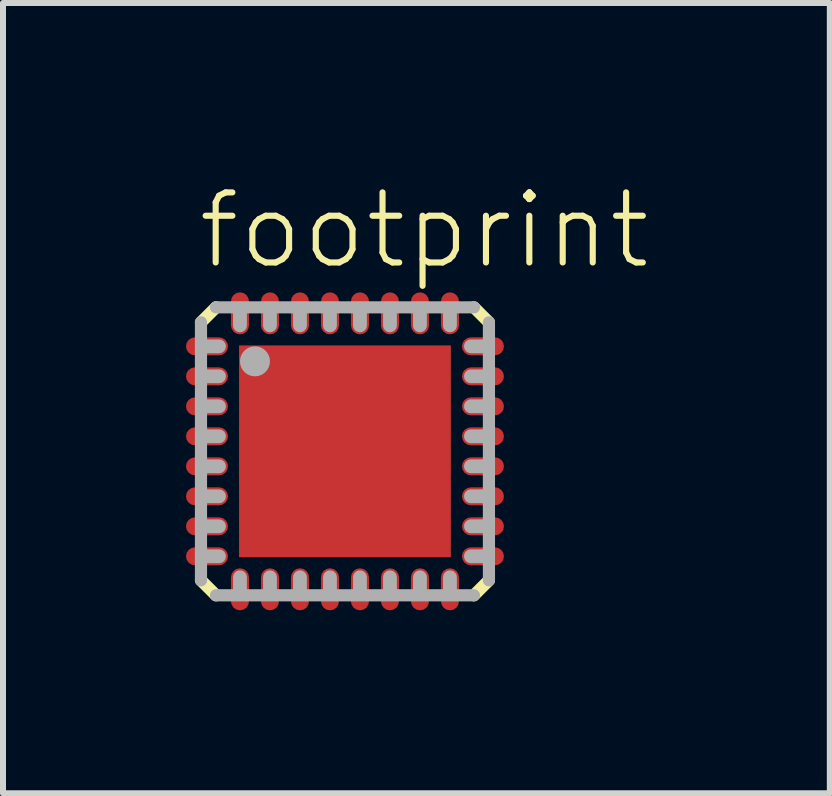
<source format=kicad_pcb>
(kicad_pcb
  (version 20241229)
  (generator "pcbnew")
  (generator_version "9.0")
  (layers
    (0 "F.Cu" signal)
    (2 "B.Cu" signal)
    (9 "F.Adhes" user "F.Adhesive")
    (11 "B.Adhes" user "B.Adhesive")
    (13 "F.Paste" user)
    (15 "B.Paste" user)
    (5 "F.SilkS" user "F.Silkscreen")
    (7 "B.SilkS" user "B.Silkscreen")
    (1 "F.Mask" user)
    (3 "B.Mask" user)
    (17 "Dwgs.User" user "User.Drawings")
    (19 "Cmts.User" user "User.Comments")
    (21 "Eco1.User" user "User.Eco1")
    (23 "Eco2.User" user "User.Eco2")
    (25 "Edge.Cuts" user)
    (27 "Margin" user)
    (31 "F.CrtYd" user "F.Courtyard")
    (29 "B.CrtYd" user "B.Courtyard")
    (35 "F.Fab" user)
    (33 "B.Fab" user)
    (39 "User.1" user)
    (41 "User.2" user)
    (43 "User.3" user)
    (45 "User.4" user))
  (footprint "footprint"
    (layer "F.Cu")
    (at 2.7 4.473)
    (property "Reference" "footprint" (at -2.5 -3 0) (layer "F.SilkS") (effects (font (size 1.168 1.168) (thickness 0.102)) (justify left bottom)))
    (fp_line (start -2.1 -1.75) (end -2.5 -1.75) (stroke (width 0.4) (type solid)) (layer "F.Mask"))
    (fp_line (start -2.1 -1.25) (end -2.5 -1.25) (stroke (width 0.4) (type solid)) (layer "F.Mask"))
    (fp_line (start -2.1 -0.75) (end -2.5 -0.75) (stroke (width 0.4) (type solid)) (layer "F.Mask"))
    (fp_line (start -2.1 -0.25) (end -2.5 -0.25) (stroke (width 0.4) (type solid)) (layer "F.Mask"))
    (fp_line (start -2.1 0.25) (end -2.5 0.25) (stroke (width 0.4) (type solid)) (layer "F.Mask"))
    (fp_line (start -2.1 0.75) (end -2.5 0.75) (stroke (width 0.4) (type solid)) (layer "F.Mask"))
    (fp_line (start -2.1 1.25) (end -2.5 1.25) (stroke (width 0.4) (type solid)) (layer "F.Mask"))
    (fp_line (start -2.1 1.75) (end -2.5 1.75) (stroke (width 0.4) (type solid)) (layer "F.Mask"))
    (fp_line (start -1.75 -2.1) (end -1.75 -2.5) (stroke (width 0.4) (type solid)) (layer "F.Mask"))
    (fp_line (start -1.75 2.1) (end -1.75 2.5) (stroke (width 0.4) (type solid)) (layer "F.Mask"))
    (fp_line (start -1.25 -2.1) (end -1.25 -2.5) (stroke (width 0.4) (type solid)) (layer "F.Mask"))
    (fp_line (start -1.25 2.1) (end -1.25 2.5) (stroke (width 0.4) (type solid)) (layer "F.Mask"))
    (fp_line (start -0.75 -2.1) (end -0.75 -2.5) (stroke (width 0.4) (type solid)) (layer "F.Mask"))
    (fp_line (start -0.75 2.1) (end -0.75 2.5) (stroke (width 0.4) (type solid)) (layer "F.Mask"))
    (fp_line (start -0.25 -2.1) (end -0.25 -2.5) (stroke (width 0.4) (type solid)) (layer "F.Mask"))
    (fp_line (start -0.25 2.1) (end -0.25 2.5) (stroke (width 0.4) (type solid)) (layer "F.Mask"))
    (fp_line (start 0.25 -2.1) (end 0.25 -2.5) (stroke (width 0.4) (type solid)) (layer "F.Mask"))
    (fp_line (start 0.25 2.1) (end 0.25 2.5) (stroke (width 0.4) (type solid)) (layer "F.Mask"))
    (fp_line (start 0.75 -2.1) (end 0.75 -2.5) (stroke (width 0.4) (type solid)) (layer "F.Mask"))
    (fp_line (start 0.75 2.1) (end 0.75 2.5) (stroke (width 0.4) (type solid)) (layer "F.Mask"))
    (fp_line (start 1.25 -2.1) (end 1.25 -2.5) (stroke (width 0.4) (type solid)) (layer "F.Mask"))
    (fp_line (start 1.25 2.1) (end 1.25 2.5) (stroke (width 0.4) (type solid)) (layer "F.Mask"))
    (fp_line (start 1.75 -2.1) (end 1.75 -2.5) (stroke (width 0.4) (type solid)) (layer "F.Mask"))
    (fp_line (start 1.75 2.1) (end 1.75 2.5) (stroke (width 0.4) (type solid)) (layer "F.Mask"))
    (fp_line (start 2.1 -1.75) (end 2.5 -1.75) (stroke (width 0.4) (type solid)) (layer "F.Mask"))
    (fp_line (start 2.1 -1.25) (end 2.5 -1.25) (stroke (width 0.4) (type solid)) (layer "F.Mask"))
    (fp_line (start 2.1 -0.75) (end 2.5 -0.75) (stroke (width 0.4) (type solid)) (layer "F.Mask"))
    (fp_line (start 2.1 -0.25) (end 2.5 -0.25) (stroke (width 0.4) (type solid)) (layer "F.Mask"))
    (fp_line (start 2.1 0.25) (end 2.5 0.25) (stroke (width 0.4) (type solid)) (layer "F.Mask"))
    (fp_line (start 2.1 0.75) (end 2.5 0.75) (stroke (width 0.4) (type solid)) (layer "F.Mask"))
    (fp_line (start 2.1 1.25) (end 2.5 1.25) (stroke (width 0.4) (type solid)) (layer "F.Mask"))
    (fp_line (start 2.1 1.75) (end 2.5 1.75) (stroke (width 0.4) (type solid)) (layer "F.Mask"))
    (fp_poly (pts (xy -1.1 1.8) (xy 1.1 1.8) (xy 1.1 -1.8) (xy -1.1 -1.8)) (stroke (width 0) (type solid)) (fill yes) (layer "F.Mask"))
    (fp_line (start -2.4 -2.15) (end -2.15 -2.4) (stroke (width 0.203) (type solid)) (layer "F.SilkS"))
    (fp_line (start -2.15 2.4) (end -2.4 2.15) (stroke (width 0.203) (type solid)) (layer "F.SilkS"))
    (fp_line (start 2.15 -2.4) (end 2.4 -2.15) (stroke (width 0.203) (type solid)) (layer "F.SilkS"))
    (fp_line (start 2.4 2.15) (end 2.15 2.4) (stroke (width 0.203) (type solid)) (layer "F.SilkS"))
    (fp_line (start -2.1 -1.75) (end -2.5 -1.75) (stroke (width 0.25) (type solid)) (layer "F.Paste"))
    (fp_line (start -2.1 -1.25) (end -2.5 -1.25) (stroke (width 0.25) (type solid)) (layer "F.Paste"))
    (fp_line (start -2.1 -0.75) (end -2.5 -0.75) (stroke (width 0.25) (type solid)) (layer "F.Paste"))
    (fp_line (start -2.1 -0.25) (end -2.5 -0.25) (stroke (width 0.25) (type solid)) (layer "F.Paste"))
    (fp_line (start -2.1 0.25) (end -2.5 0.25) (stroke (width 0.25) (type solid)) (layer "F.Paste"))
    (fp_line (start -2.1 0.75) (end -2.5 0.75) (stroke (width 0.25) (type solid)) (layer "F.Paste"))
    (fp_line (start -2.1 1.25) (end -2.5 1.25) (stroke (width 0.25) (type solid)) (layer "F.Paste"))
    (fp_line (start -2.1 1.75) (end -2.5 1.75) (stroke (width 0.25) (type solid)) (layer "F.Paste"))
    (fp_line (start -1.75 -2.1) (end -1.75 -2.5) (stroke (width 0.25) (type solid)) (layer "F.Paste"))
    (fp_line (start -1.75 2.1) (end -1.75 2.5) (stroke (width 0.25) (type solid)) (layer "F.Paste"))
    (fp_line (start -1.25 -2.1) (end -1.25 -2.5) (stroke (width 0.25) (type solid)) (layer "F.Paste"))
    (fp_line (start -1.25 2.1) (end -1.25 2.5) (stroke (width 0.25) (type solid)) (layer "F.Paste"))
    (fp_line (start -1 -1.7) (end -0.7 -1.7) (stroke (width 0.1) (type solid)) (layer "F.Paste"))
    (fp_line (start -1 -1.4) (end -1 -1.7) (stroke (width 0.1) (type solid)) (layer "F.Paste"))
    (fp_line (start -1 -0.9) (end -1 -1.1) (stroke (width 0.1) (type solid)) (layer "F.Paste"))
    (fp_line (start -1 -0.9) (end -1 -0.55) (stroke (width 0.1) (type solid)) (layer "F.Paste"))
    (fp_line (start -1 -0.25) (end -1 0.25) (stroke (width 0.1) (type solid)) (layer "F.Paste"))
    (fp_line (start -1 0.6) (end -1 1.3) (stroke (width 0.1) (type solid)) (layer "F.Paste"))
    (fp_line (start -1 1.7) (end -1 1.3) (stroke (width 0.1) (type solid)) (layer "F.Paste"))
    (fp_line (start -0.975 -1.075) (end -0.95 -1.1) (stroke (width 0.1) (type solid)) (layer "F.Paste"))
    (fp_line (start -0.95 1.55) (end -0.95 1.65) (stroke (width 0.1) (type solid)) (layer "F.Paste"))
    (fp_line (start -0.925 -1.4) (end -0.9 -1.65) (stroke (width 0.1) (type solid)) (layer "F.Paste"))
    (fp_line (start -0.85 1.65) (end -0.95 1.55) (stroke (width 0.1) (type solid)) (layer "F.Paste"))
    (fp_line (start -0.8 -0.85) (end -0.8 1.25) (stroke (width 0.1) (type solid)) (layer "F.Paste"))
    (fp_line (start -0.75 -2.1) (end -0.75 -2.5) (stroke (width 0.25) (type solid)) (layer "F.Paste"))
    (fp_line (start -0.75 2.1) (end -0.75 2.5) (stroke (width 0.25) (type solid)) (layer "F.Paste"))
    (fp_line (start -0.55 1.5) (end 0.55 1.5) (stroke (width 0.1) (type solid)) (layer "F.Paste"))
    (fp_line (start -0.55 1.7) (end -1 1.7) (stroke (width 0.1) (type solid)) (layer "F.Paste"))
    (fp_line (start -0.25 -2.1) (end -0.25 -2.5) (stroke (width 0.25) (type solid)) (layer "F.Paste"))
    (fp_line (start -0.25 1.7) (end -0.55 1.7) (stroke (width 0.1) (type solid)) (layer "F.Paste"))
    (fp_line (start -0.25 2.1) (end -0.25 2.5) (stroke (width 0.25) (type solid)) (layer "F.Paste"))
    (fp_line (start -0.15 -1.7) (end -0.7 -1.7) (stroke (width 0.1) (type solid)) (layer "F.Paste"))
    (fp_line (start 0.25 -2.1) (end 0.25 -2.5) (stroke (width 0.25) (type solid)) (layer "F.Paste"))
    (fp_line (start 0.25 -1.7) (end 0.55 -1.7) (stroke (width 0.1) (type solid)) (layer "F.Paste"))
    (fp_line (start 0.25 1.7) (end 0.55 1.7) (stroke (width 0.1) (type solid)) (layer "F.Paste"))
    (fp_line (start 0.25 2.1) (end 0.25 2.5) (stroke (width 0.25) (type solid)) (layer "F.Paste"))
    (fp_line (start 0.55 -1.7) (end 1 -1.7) (stroke (width 0.1) (type solid)) (layer "F.Paste"))
    (fp_line (start 0.55 -1.5) (end -0.5 -1.5) (stroke (width 0.1) (type solid)) (layer "F.Paste"))
    (fp_line (start 0.55 1.7) (end 1 1.7) (stroke (width 0.1) (type solid)) (layer "F.Paste"))
    (fp_line (start 0.75 -2.1) (end 0.75 -2.5) (stroke (width 0.25) (type solid)) (layer "F.Paste"))
    (fp_line (start 0.75 2.1) (end 0.75 2.5) (stroke (width 0.25) (type solid)) (layer "F.Paste"))
    (fp_line (start 0.8 1.25) (end 0.8 -1.25) (stroke (width 0.1) (type solid)) (layer "F.Paste"))
    (fp_line (start 0.85 -1.65) (end 0.95 -1.55) (stroke (width 0.1) (type solid)) (layer "F.Paste"))
    (fp_line (start 0.85 1.65) (end 0.95 1.55) (stroke (width 0.1) (type solid)) (layer "F.Paste"))
    (fp_line (start 0.95 -1.55) (end 0.95 -1.65) (stroke (width 0.1) (type solid)) (layer "F.Paste"))
    (fp_line (start 0.95 1.55) (end 0.95 1.65) (stroke (width 0.1) (type solid)) (layer "F.Paste"))
    (fp_line (start 1 -1.7) (end 1 -1.3) (stroke (width 0.1) (type solid)) (layer "F.Paste"))
    (fp_line (start 1 -0.55) (end 1 -1.3) (stroke (width 0.1) (type solid)) (layer "F.Paste"))
    (fp_line (start 1 -0.25) (end 1 0.25) (stroke (width 0.1) (type solid)) (layer "F.Paste"))
    (fp_line (start 1 0.6) (end 1 1.3) (stroke (width 0.1) (type solid)) (layer "F.Paste"))
    (fp_line (start 1 1.7) (end 1 1.3) (stroke (width 0.1) (type solid)) (layer "F.Paste"))
    (fp_line (start 1.25 -2.1) (end 1.25 -2.5) (stroke (width 0.25) (type solid)) (layer "F.Paste"))
    (fp_line (start 1.25 2.1) (end 1.25 2.5) (stroke (width 0.25) (type solid)) (layer "F.Paste"))
    (fp_line (start 1.75 -2.1) (end 1.75 -2.5) (stroke (width 0.25) (type solid)) (layer "F.Paste"))
    (fp_line (start 1.75 2.1) (end 1.75 2.5) (stroke (width 0.25) (type solid)) (layer "F.Paste"))
    (fp_line (start 2.1 -1.75) (end 2.5 -1.75) (stroke (width 0.25) (type solid)) (layer "F.Paste"))
    (fp_line (start 2.1 -1.25) (end 2.5 -1.25) (stroke (width 0.25) (type solid)) (layer "F.Paste"))
    (fp_line (start 2.1 -0.75) (end 2.5 -0.75) (stroke (width 0.25) (type solid)) (layer "F.Paste"))
    (fp_line (start 2.1 -0.25) (end 2.5 -0.25) (stroke (width 0.25) (type solid)) (layer "F.Paste"))
    (fp_line (start 2.1 0.25) (end 2.5 0.25) (stroke (width 0.25) (type solid)) (layer "F.Paste"))
    (fp_line (start 2.1 0.75) (end 2.5 0.75) (stroke (width 0.25) (type solid)) (layer "F.Paste"))
    (fp_line (start 2.1 1.25) (end 2.5 1.25) (stroke (width 0.25) (type solid)) (layer "F.Paste"))
    (fp_line (start 2.1 1.75) (end 2.5 1.75) (stroke (width 0.25) (type solid)) (layer "F.Paste"))
    (fp_arc (start -1 -1.4) (mid -0.85 -1.25) (end -1 -1.1) (stroke (width 0.1) (type solid)) (layer "F.Paste"))
    (fp_arc (start -1 -0.899999) (mid -0.970194 -1.010096) (end -0.9 -1.1) (stroke (width 0.1) (type solid)) (layer "F.Paste"))
    (fp_arc (start -0.85 -1.5) (mid -0.842544 -1.295943) (end -0.899999 -1.1) (stroke (width 0.1) (type solid)) (layer "F.Paste"))
    (fp_arc (start -0.85 -1.5) (mid -0.816421 -1.631066) (end -0.7 -1.7) (stroke (width 0.1) (type solid)) (layer "F.Paste"))
    (fp_arc (start -0.65 -1.35) (mid -0.680956 -1.086787) (end -0.8 -0.85) (stroke (width 0.1) (type solid)) (layer "F.Paste"))
    (fp_arc (start -0.65 -1.35) (mid -0.606066 -1.456066) (end -0.5 -1.5) (stroke (width 0.1) (type solid)) (layer "F.Paste"))
    (fp_arc (start -0.55 1.5) (mid -0.726777 1.426777) (end -0.8 1.25) (stroke (width 0.1) (type solid)) (layer "F.Paste"))
    (fp_arc (start -0.55 1.7) (mid -0.857843 1.593198) (end -1 1.3) (stroke (width 0.1) (type solid)) (layer "F.Paste"))
    (fp_arc (start 0.55 -1.7) (mid 0.857843 -1.593198) (end 1 -1.3) (stroke (width 0.1) (type solid)) (layer "F.Paste"))
    (fp_arc (start 0.55 -1.5) (mid 0.726777 -1.426777) (end 0.8 -1.25) (stroke (width 0.1) (type solid)) (layer "F.Paste"))
    (fp_arc (start 0.8 1.25) (mid 0.726777 1.426777) (end 0.55 1.5) (stroke (width 0.1) (type solid)) (layer "F.Paste"))
    (fp_arc (start 1 1.3) (mid 0.857843 1.593198) (end 0.55 1.7) (stroke (width 0.1) (type solid)) (layer "F.Paste"))
    (fp_poly (pts (xy 0.65 1.35) (xy -0.65 1.35) (xy -0.65 -0.796) (xy -0.545 -1.034) (xy -0.482 -1.35) (xy 0.65 -1.35)) (stroke (width 0) (type solid)) (fill yes) (layer "F.Paste"))
    (fp_line (start -2.4 2.15) (end -2.4 -2.15) (stroke (width 0.203) (type solid)) (layer "F.Fab"))
    (fp_line (start -2.15 -2.4) (end 2.15 -2.4) (stroke (width 0.203) (type solid)) (layer "F.Fab"))
    (fp_line (start -2.1 -1.75) (end -2.325 -1.75) (stroke (width 0.23) (type solid)) (layer "F.Fab"))
    (fp_line (start -2.1 -1.25) (end -2.325 -1.25) (stroke (width 0.23) (type solid)) (layer "F.Fab"))
    (fp_line (start -2.1 -0.75) (end -2.325 -0.75) (stroke (width 0.23) (type solid)) (layer "F.Fab"))
    (fp_line (start -2.1 -0.25) (end -2.325 -0.25) (stroke (width 0.23) (type solid)) (layer "F.Fab"))
    (fp_line (start -2.1 0.25) (end -2.325 0.25) (stroke (width 0.23) (type solid)) (layer "F.Fab"))
    (fp_line (start -2.1 0.75) (end -2.325 0.75) (stroke (width 0.23) (type solid)) (layer "F.Fab"))
    (fp_line (start -2.1 1.25) (end -2.325 1.25) (stroke (width 0.23) (type solid)) (layer "F.Fab"))
    (fp_line (start -2.1 1.75) (end -2.325 1.75) (stroke (width 0.23) (type solid)) (layer "F.Fab"))
    (fp_line (start -1.75 -2.1) (end -1.75 -2.325) (stroke (width 0.23) (type solid)) (layer "F.Fab"))
    (fp_line (start -1.75 2.1) (end -1.75 2.325) (stroke (width 0.23) (type solid)) (layer "F.Fab"))
    (fp_line (start -1.25 -2.1) (end -1.25 -2.325) (stroke (width 0.23) (type solid)) (layer "F.Fab"))
    (fp_line (start -1.25 2.1) (end -1.25 2.325) (stroke (width 0.23) (type solid)) (layer "F.Fab"))
    (fp_line (start -0.75 -2.1) (end -0.75 -2.325) (stroke (width 0.23) (type solid)) (layer "F.Fab"))
    (fp_line (start -0.75 2.1) (end -0.75 2.325) (stroke (width 0.23) (type solid)) (layer "F.Fab"))
    (fp_line (start -0.25 -2.1) (end -0.25 -2.325) (stroke (width 0.23) (type solid)) (layer "F.Fab"))
    (fp_line (start -0.25 2.1) (end -0.25 2.325) (stroke (width 0.23) (type solid)) (layer "F.Fab"))
    (fp_line (start 0.25 -2.1) (end 0.25 -2.325) (stroke (width 0.23) (type solid)) (layer "F.Fab"))
    (fp_line (start 0.25 2.1) (end 0.25 2.325) (stroke (width 0.23) (type solid)) (layer "F.Fab"))
    (fp_line (start 0.75 -2.1) (end 0.75 -2.325) (stroke (width 0.23) (type solid)) (layer "F.Fab"))
    (fp_line (start 0.75 2.1) (end 0.75 2.325) (stroke (width 0.23) (type solid)) (layer "F.Fab"))
    (fp_line (start 1.25 -2.1) (end 1.25 -2.325) (stroke (width 0.23) (type solid)) (layer "F.Fab"))
    (fp_line (start 1.25 2.1) (end 1.25 2.325) (stroke (width 0.23) (type solid)) (layer "F.Fab"))
    (fp_line (start 1.75 -2.1) (end 1.75 -2.325) (stroke (width 0.23) (type solid)) (layer "F.Fab"))
    (fp_line (start 1.75 2.1) (end 1.75 2.325) (stroke (width 0.23) (type solid)) (layer "F.Fab"))
    (fp_line (start 2.1 -1.75) (end 2.325 -1.75) (stroke (width 0.23) (type solid)) (layer "F.Fab"))
    (fp_line (start 2.1 -1.25) (end 2.325 -1.25) (stroke (width 0.23) (type solid)) (layer "F.Fab"))
    (fp_line (start 2.1 -0.75) (end 2.325 -0.75) (stroke (width 0.23) (type solid)) (layer "F.Fab"))
    (fp_line (start 2.1 -0.25) (end 2.325 -0.25) (stroke (width 0.23) (type solid)) (layer "F.Fab"))
    (fp_line (start 2.1 0.25) (end 2.325 0.25) (stroke (width 0.23) (type solid)) (layer "F.Fab"))
    (fp_line (start 2.1 0.75) (end 2.325 0.75) (stroke (width 0.23) (type solid)) (layer "F.Fab"))
    (fp_line (start 2.1 1.25) (end 2.325 1.25) (stroke (width 0.23) (type solid)) (layer "F.Fab"))
    (fp_line (start 2.1 1.75) (end 2.325 1.75) (stroke (width 0.23) (type solid)) (layer "F.Fab"))
    (fp_line (start 2.15 2.4) (end -2.15 2.4) (stroke (width 0.203) (type solid)) (layer "F.Fab"))
    (fp_line (start 2.4 -2.15) (end 2.4 2.15) (stroke (width 0.203) (type solid)) (layer "F.Fab"))
    (fp_circle (center -1.5 -1.5) (end -1.375 -1.5) (stroke (width 0.25) (type solid)) (fill no) (layer "F.Fab"))
    (pad "1" smd roundrect (at -2.3 -1.75) (size 0.7 0.3) (layers "F.Cu") (roundrect_rratio 0.5))
    (pad "2" smd roundrect (at -2.3 -1.25) (size 0.7 0.3) (layers "F.Cu") (roundrect_rratio 0.5))
    (pad "3" smd roundrect (at -2.3 -0.75) (size 0.7 0.3) (layers "F.Cu") (roundrect_rratio 0.5))
    (pad "4" smd roundrect (at -2.3 -0.25) (size 0.7 0.3) (layers "F.Cu") (roundrect_rratio 0.5))
    (pad "5" smd roundrect (at -2.3 0.25) (size 0.7 0.3) (layers "F.Cu") (roundrect_rratio 0.5))
    (pad "6" smd roundrect (at -2.3 0.75) (size 0.7 0.3) (layers "F.Cu") (roundrect_rratio 0.5))
    (pad "7" smd roundrect (at -2.3 1.25) (size 0.7 0.3) (layers "F.Cu") (roundrect_rratio 0.5))
    (pad "8" smd roundrect (at -2.3 1.75) (size 0.7 0.3) (layers "F.Cu") (roundrect_rratio 0.5))
    (pad "9" smd roundrect (at -1.75 2.3 90) (size 0.7 0.3) (layers "F.Cu") (roundrect_rratio 0.5))
    (pad "10" smd roundrect (at -1.25 2.3 90) (size 0.7 0.3) (layers "F.Cu") (roundrect_rratio 0.5))
    (pad "11" smd roundrect (at -0.75 2.3 90) (size 0.7 0.3) (layers "F.Cu") (roundrect_rratio 0.5))
    (pad "12" smd roundrect (at -0.25 2.3 90) (size 0.7 0.3) (layers "F.Cu") (roundrect_rratio 0.5))
    (pad "13" smd roundrect (at 0.25 2.3 90) (size 0.7 0.3) (layers "F.Cu") (roundrect_rratio 0.5))
    (pad "14" smd roundrect (at 0.75 2.3 90) (size 0.7 0.3) (layers "F.Cu") (roundrect_rratio 0.5))
    (pad "15" smd roundrect (at 1.25 2.3 90) (size 0.7 0.3) (layers "F.Cu") (roundrect_rratio 0.5))
    (pad "16" smd roundrect (at 1.75 2.3 90) (size 0.7 0.3) (layers "F.Cu") (roundrect_rratio 0.5))
    (pad "17" smd roundrect (at 2.3 1.75 180) (size 0.7 0.3) (layers "F.Cu") (roundrect_rratio 0.5))
    (pad "18" smd roundrect (at 2.3 1.25 180) (size 0.7 0.3) (layers "F.Cu") (roundrect_rratio 0.5))
    (pad "19" smd roundrect (at 2.3 0.75 180) (size 0.7 0.3) (layers "F.Cu") (roundrect_rratio 0.5))
    (pad "20" smd roundrect (at 2.3 0.25 180) (size 0.7 0.3) (layers "F.Cu") (roundrect_rratio 0.5))
    (pad "21" smd roundrect (at 2.3 -0.25 180) (size 0.7 0.3) (layers "F.Cu") (roundrect_rratio 0.5))
    (pad "22" smd roundrect (at 2.3 -0.75 180) (size 0.7 0.3) (layers "F.Cu") (roundrect_rratio 0.5))
    (pad "23" smd roundrect (at 2.3 -1.25 180) (size 0.7 0.3) (layers "F.Cu") (roundrect_rratio 0.5))
    (pad "24" smd roundrect (at 2.3 -1.75 180) (size 0.7 0.3) (layers "F.Cu") (roundrect_rratio 0.5))
    (pad "25" smd roundrect (at 1.75 -2.3 270) (size 0.7 0.3) (layers "F.Cu") (roundrect_rratio 0.5))
    (pad "26" smd roundrect (at 1.25 -2.3 270) (size 0.7 0.3) (layers "F.Cu") (roundrect_rratio 0.5))
    (pad "27" smd roundrect (at 0.75 -2.3 270) (size 0.7 0.3) (layers "F.Cu") (roundrect_rratio 0.5))
    (pad "28" smd roundrect (at 0.25 -2.3 270) (size 0.7 0.3) (layers "F.Cu") (roundrect_rratio 0.5))
    (pad "29" smd roundrect (at -0.25 -2.3 270) (size 0.7 0.3) (layers "F.Cu") (roundrect_rratio 0.5))
    (pad "30" smd roundrect (at -0.75 -2.3 270) (size 0.7 0.3) (layers "F.Cu") (roundrect_rratio 0.5))
    (pad "31" smd roundrect (at -1.25 -2.3 270) (size 0.7 0.3) (layers "F.Cu") (roundrect_rratio 0.5))
    (pad "32" smd roundrect (at -1.75 -2.3 270) (size 0.7 0.3) (layers "F.Cu") (roundrect_rratio 0.5))
    (pad "EXP" smd rect (at 0 0) (size 3.53 3.53) (layers "F.Cu")))
  (gr_rect
    (start -3 -3)
    (end 10.782 10.173)
    (stroke (width 0.1) (type default))
    (fill no)
    (layer "Edge.Cuts")))
</source>
